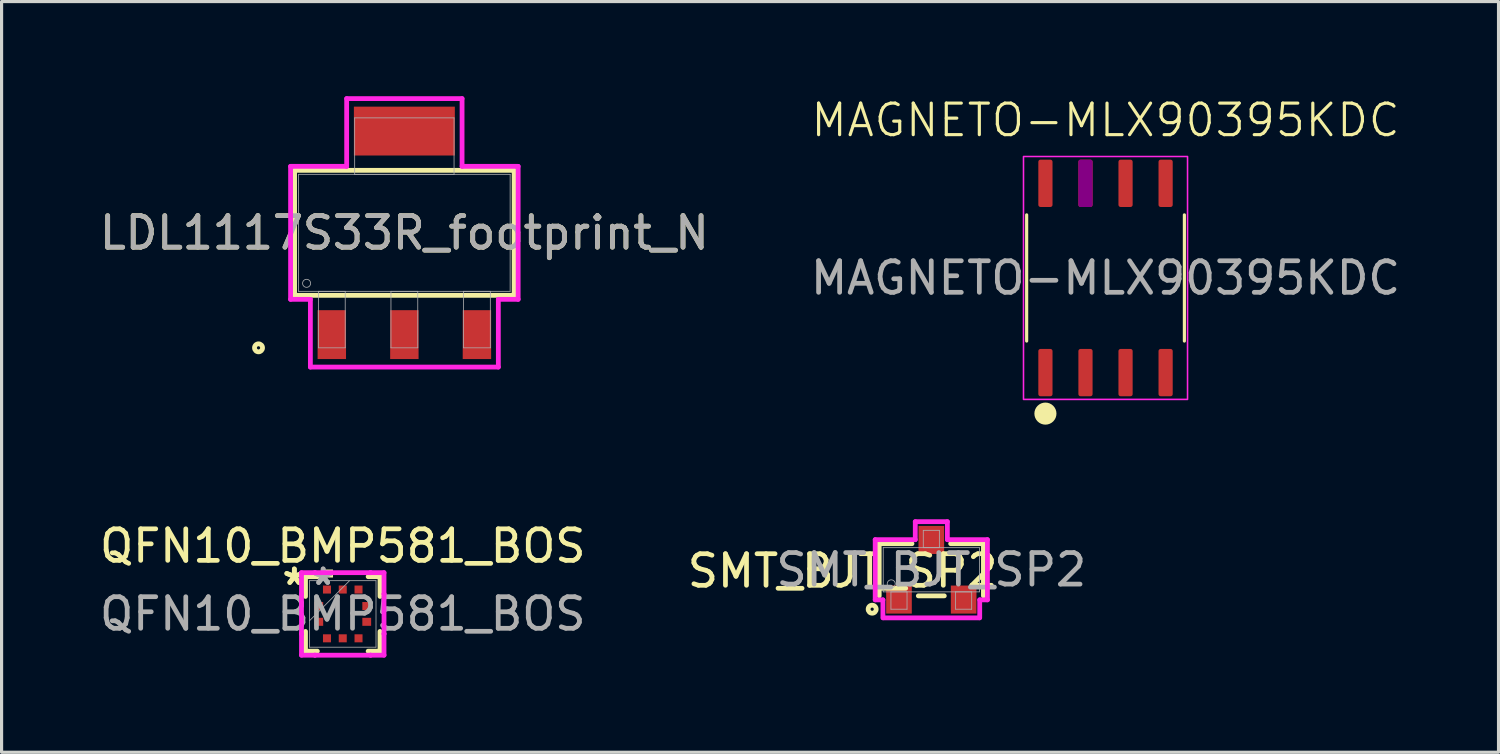
<source format=kicad_pcb>
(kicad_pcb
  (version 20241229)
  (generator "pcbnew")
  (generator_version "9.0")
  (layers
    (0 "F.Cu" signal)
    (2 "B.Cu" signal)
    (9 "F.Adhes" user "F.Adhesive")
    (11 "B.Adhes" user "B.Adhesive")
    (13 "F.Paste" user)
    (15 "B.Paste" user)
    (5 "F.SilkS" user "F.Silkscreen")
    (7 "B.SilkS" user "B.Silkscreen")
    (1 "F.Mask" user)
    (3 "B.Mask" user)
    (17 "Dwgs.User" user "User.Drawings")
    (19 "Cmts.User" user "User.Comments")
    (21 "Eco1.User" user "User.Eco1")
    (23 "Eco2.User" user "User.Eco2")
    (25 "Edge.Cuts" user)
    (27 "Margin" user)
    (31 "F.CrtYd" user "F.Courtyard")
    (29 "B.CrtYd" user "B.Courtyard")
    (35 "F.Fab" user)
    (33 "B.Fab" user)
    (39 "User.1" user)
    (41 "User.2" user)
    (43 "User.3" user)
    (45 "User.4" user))
  (footprint "MAGNETO-MLX90395KDC"
    (layer "F.Cu")
    (at 31.994 5.761)
    (property "Reference" "MAGNETO-MLX90395KDC" (at 0 -5 0) (unlocked yes) (layer "F.SilkS") (effects (font (size 1 1) (thickness 0.1))))
    (attr smd)
    (fp_line (start -2.5 -2) (end -2.5 2) (stroke (width 0.1) (type solid)) (layer "F.SilkS"))
    (fp_line (start 2.5 -2) (end 2.5 2) (stroke (width 0.1) (type solid)) (layer "F.SilkS"))
    (fp_circle (center -1.905 4.3) (end -1.605 4.3) (stroke (width 0.1) (type solid)) (fill yes) (layer "F.SilkS"))
    (fp_rect (start -2.6 -3.85) (end 2.6 3.85) (stroke (width 0.05) (type solid)) (fill no) (layer "F.CrtYd"))
    (fp_text user "${REFERENCE}" (at 0 0 0) (unlocked yes) (layer "F.Fab") (effects (font (size 1 1) (thickness 0.15))))
    (pad "1" smd roundrect (at -1.905 3) (size 0.45 1.5) (layers "F.Cu" "F.Mask" "F.Paste") (roundrect_rratio 0.15))
    (pad "2" smd roundrect (at -0.635 3) (size 0.45 1.5) (layers "F.Cu" "F.Mask" "F.Paste") (roundrect_rratio 0.15))
    (pad "3" smd roundrect (at 0.635 3) (size 0.45 1.5) (layers "F.Cu" "F.Mask" "F.Paste") (roundrect_rratio 0.15))
    (pad "4" smd roundrect (at 1.905 3) (size 0.45 1.5) (layers "F.Cu" "F.Mask" "F.Paste") (roundrect_rratio 0.15))
    (pad "5" smd roundrect (at 1.905 -3) (size 0.45 1.5) (layers "F.Cu" "F.Mask" "F.Paste") (roundrect_rratio 0.15))
    (pad "6" smd roundrect (at 0.635 -3) (size 0.45 1.5) (layers "F.Cu" "F.Mask" "F.Paste") (roundrect_rratio 0.15))
    (pad "7" smd roundrect (at -0.635 -3) (size 0.45 1.5) (layers "F.Cu" "F.Mask" "F.Adhes" "F.Paste") (roundrect_rratio 0.15))
    (pad "8" smd roundrect (at -1.905 -3) (size 0.45 1.5) (layers "F.Cu" "F.Mask" "F.Paste") (roundrect_rratio 0.15)))
  (footprint "LDL1117S33R_footprint_N"
    (layer "F.Cu")
    (at 9.768 4.331)
    (property "Reference" "LDL1117S33R_footprint_N" (at 0 0 0) (unlocked yes) (layer "F.SilkS") (effects (font (size 1 1) (thickness 0.15))))
    (attr smd)
    (fp_line (start -3.48 -1.981) (end -3.48 1.981) (stroke (width 0.152) (type solid)) (layer "F.SilkS"))
    (fp_line (start -3.48 1.981) (end 3.48 1.981) (stroke (width 0.152) (type solid)) (layer "F.SilkS"))
    (fp_line (start 3.48 -1.981) (end -3.48 -1.981) (stroke (width 0.152) (type solid)) (layer "F.SilkS"))
    (fp_line (start 3.48 1.981) (end 3.48 -1.981) (stroke (width 0.152) (type solid)) (layer "F.SilkS"))
    (fp_circle (center -4.623 3.645) (end -4.496 3.645) (stroke (width 0.152) (type solid)) (fill no) (layer "F.SilkS"))
    (fp_line (start -3.607 -2.108) (end -1.829 -2.108) (stroke (width 0.152) (type solid)) (layer "F.CrtYd"))
    (fp_line (start -3.607 2.108) (end -3.607 -2.108) (stroke (width 0.152) (type solid)) (layer "F.CrtYd"))
    (fp_line (start -2.979 2.108) (end -3.607 2.108) (stroke (width 0.152) (type solid)) (layer "F.CrtYd"))
    (fp_line (start -2.979 4.255) (end -2.979 2.108) (stroke (width 0.152) (type solid)) (layer "F.CrtYd"))
    (fp_line (start -1.829 -4.255) (end 1.829 -4.255) (stroke (width 0.152) (type solid)) (layer "F.CrtYd"))
    (fp_line (start -1.829 -2.108) (end -1.829 -4.255) (stroke (width 0.152) (type solid)) (layer "F.CrtYd"))
    (fp_line (start 1.829 -4.255) (end 1.829 -2.108) (stroke (width 0.152) (type solid)) (layer "F.CrtYd"))
    (fp_line (start 1.829 -2.108) (end 3.607 -2.108) (stroke (width 0.152) (type solid)) (layer "F.CrtYd"))
    (fp_line (start 2.979 2.108) (end 2.979 4.255) (stroke (width 0.152) (type solid)) (layer "F.CrtYd"))
    (fp_line (start 2.979 4.255) (end -2.979 4.255) (stroke (width 0.152) (type solid)) (layer "F.CrtYd"))
    (fp_line (start 3.607 -2.108) (end 3.607 2.108) (stroke (width 0.152) (type solid)) (layer "F.CrtYd"))
    (fp_line (start 3.607 2.108) (end 2.979 2.108) (stroke (width 0.152) (type solid)) (layer "F.CrtYd"))
    (fp_line (start -3.353 -1.854) (end -3.353 1.854) (stroke (width 0.025) (type solid)) (layer "F.Fab"))
    (fp_line (start -3.353 1.854) (end 3.353 1.854) (stroke (width 0.025) (type solid)) (layer "F.Fab"))
    (fp_line (start -2.725 1.854) (end -2.725 3.645) (stroke (width 0.025) (type solid)) (layer "F.Fab"))
    (fp_line (start -2.725 3.645) (end -1.875 3.645) (stroke (width 0.025) (type solid)) (layer "F.Fab"))
    (fp_line (start -1.875 1.854) (end -2.725 1.854) (stroke (width 0.025) (type solid)) (layer "F.Fab"))
    (fp_line (start -1.875 3.645) (end -1.875 1.854) (stroke (width 0.025) (type solid)) (layer "F.Fab"))
    (fp_line (start -1.575 -3.645) (end -1.575 -1.854) (stroke (width 0.025) (type solid)) (layer "F.Fab"))
    (fp_line (start -1.575 -1.854) (end 1.575 -1.854) (stroke (width 0.025) (type solid)) (layer "F.Fab"))
    (fp_line (start -0.425 1.854) (end -0.425 3.645) (stroke (width 0.025) (type solid)) (layer "F.Fab"))
    (fp_line (start -0.425 3.645) (end 0.425 3.645) (stroke (width 0.025) (type solid)) (layer "F.Fab"))
    (fp_line (start 0.425 1.854) (end -0.425 1.854) (stroke (width 0.025) (type solid)) (layer "F.Fab"))
    (fp_line (start 0.425 3.645) (end 0.425 1.854) (stroke (width 0.025) (type solid)) (layer "F.Fab"))
    (fp_line (start 1.575 -3.645) (end -1.575 -3.645) (stroke (width 0.025) (type solid)) (layer "F.Fab"))
    (fp_line (start 1.575 -1.854) (end 1.575 -3.645) (stroke (width 0.025) (type solid)) (layer "F.Fab"))
    (fp_line (start 1.875 1.854) (end 1.875 3.645) (stroke (width 0.025) (type solid)) (layer "F.Fab"))
    (fp_line (start 1.875 3.645) (end 2.725 3.645) (stroke (width 0.025) (type solid)) (layer "F.Fab"))
    (fp_line (start 2.725 1.854) (end 1.875 1.854) (stroke (width 0.025) (type solid)) (layer "F.Fab"))
    (fp_line (start 2.725 3.645) (end 2.725 1.854) (stroke (width 0.025) (type solid)) (layer "F.Fab"))
    (fp_line (start 3.353 -1.854) (end -3.353 -1.854) (stroke (width 0.025) (type solid)) (layer "F.Fab"))
    (fp_line (start 3.353 1.854) (end 3.353 -1.854) (stroke (width 0.025) (type solid)) (layer "F.Fab"))
    (fp_circle (center -3.099 1.6) (end -2.972 1.6) (stroke (width 0.025) (type solid)) (fill no) (layer "F.Fab"))
    (fp_text user "${REFERENCE}" (at 0 0 0) (unlocked yes) (layer "F.Fab") (effects (font (size 1 1) (thickness 0.15))))
    (pad "1" smd rect (at -2.3 3.226) (size 0.901 1.549) (layers "F.Cu" "F.Mask" "F.Paste"))
    (pad "2" smd rect (at 0 3.226) (size 0.901 1.549) (layers "F.Cu" "F.Mask" "F.Paste"))
    (pad "3" smd rect (at 2.3 3.226) (size 0.901 1.549) (layers "F.Cu" "F.Mask" "F.Paste"))
    (pad "4" smd rect (at 0 -3.226) (size 3.2 1.549) (layers "F.Cu" "F.Mask" "F.Paste")))
  (footprint "SMT_BJT_SP2"
    (layer "F.Cu")
    (at 26.472 15.011)
    (property "Reference" "SMT_BJT_SP2" (at -2.811 0.037 0) (unlocked yes) (layer "F.SilkS") (effects (font (size 1 1) (thickness 0.15))))
    (attr smd)
    (fp_line (start -1.652 -0.827) (end -1.652 0.827) (stroke (width 0.152) (type solid)) (layer "F.SilkS"))
    (fp_line (start -0.613 -0.827) (end -1.652 -0.827) (stroke (width 0.152) (type solid)) (layer "F.SilkS"))
    (fp_line (start -0.412 0.827) (end 0.412 0.827) (stroke (width 0.152) (type solid)) (layer "F.SilkS"))
    (fp_line (start 1.652 -0.827) (end 0.613 -0.827) (stroke (width 0.152) (type solid)) (layer "F.SilkS"))
    (fp_line (start 1.652 0.827) (end 1.652 -0.827) (stroke (width 0.152) (type solid)) (layer "F.SilkS"))
    (fp_circle (center -1.875 1.25) (end -1.748 1.25) (stroke (width 0.152) (type solid)) (fill no) (layer "F.SilkS"))
    (fp_line (start -1.779 -0.954) (end -0.509 -0.954) (stroke (width 0.152) (type solid)) (layer "F.CrtYd"))
    (fp_line (start -1.779 0.954) (end -1.779 -0.954) (stroke (width 0.152) (type solid)) (layer "F.CrtYd"))
    (fp_line (start -1.779 0.954) (end -1.534 0.954) (stroke (width 0.152) (type solid)) (layer "F.CrtYd"))
    (fp_line (start -1.534 0.954) (end -1.534 1.524) (stroke (width 0.152) (type solid)) (layer "F.CrtYd"))
    (fp_line (start -1.524 1.524) (end 1.524 1.524) (stroke (width 0.152) (type solid)) (layer "F.CrtYd"))
    (fp_line (start -0.509 -1.524) (end 0.509 -1.524) (stroke (width 0.152) (type solid)) (layer "F.CrtYd"))
    (fp_line (start -0.509 -0.954) (end -0.508 -1.524) (stroke (width 0.152) (type solid)) (layer "F.CrtYd"))
    (fp_line (start 0.509 -0.954) (end 0.509 -1.524) (stroke (width 0.152) (type solid)) (layer "F.CrtYd"))
    (fp_line (start 1.534 0.954) (end 1.534 1.524) (stroke (width 0.152) (type solid)) (layer "F.CrtYd"))
    (fp_line (start 1.779 -0.954) (end 0.509 -0.954) (stroke (width 0.152) (type solid)) (layer "F.CrtYd"))
    (fp_line (start 1.779 -0.954) (end 1.779 0.954) (stroke (width 0.152) (type solid)) (layer "F.CrtYd"))
    (fp_line (start 1.779 0.954) (end 1.534 0.954) (stroke (width 0.152) (type solid)) (layer "F.CrtYd"))
    (fp_line (start -1.525 -0.7) (end -1.525 0.7) (stroke (width 0.025) (type solid)) (layer "F.Fab"))
    (fp_line (start -1.525 0.7) (end 1.525 0.7) (stroke (width 0.025) (type solid)) (layer "F.Fab"))
    (fp_line (start -1.28 0.7) (end -1.28 1.25) (stroke (width 0.025) (type solid)) (layer "F.Fab"))
    (fp_line (start -1.28 1.25) (end -0.77 1.25) (stroke (width 0.025) (type solid)) (layer "F.Fab"))
    (fp_line (start -0.77 0.7) (end -1.28 0.7) (stroke (width 0.025) (type solid)) (layer "F.Fab"))
    (fp_line (start -0.77 1.25) (end -0.77 0.7) (stroke (width 0.025) (type solid)) (layer "F.Fab"))
    (fp_line (start -0.255 -1.25) (end -0.255 -0.7) (stroke (width 0.025) (type solid)) (layer "F.Fab"))
    (fp_line (start -0.255 -0.7) (end 0.255 -0.7) (stroke (width 0.025) (type solid)) (layer "F.Fab"))
    (fp_line (start 0.255 -1.25) (end -0.255 -1.25) (stroke (width 0.025) (type solid)) (layer "F.Fab"))
    (fp_line (start 0.255 -0.7) (end 0.255 -1.25) (stroke (width 0.025) (type solid)) (layer "F.Fab"))
    (fp_line (start 0.77 0.7) (end 0.77 1.25) (stroke (width 0.025) (type solid)) (layer "F.Fab"))
    (fp_line (start 0.77 1.25) (end 1.28 1.25) (stroke (width 0.025) (type solid)) (layer "F.Fab"))
    (fp_line (start 1.28 0.7) (end 0.77 0.7) (stroke (width 0.025) (type solid)) (layer "F.Fab"))
    (fp_line (start 1.28 1.25) (end 1.28 0.7) (stroke (width 0.025) (type solid)) (layer "F.Fab"))
    (fp_line (start 1.525 -0.7) (end -1.525 -0.7) (stroke (width 0.025) (type solid)) (layer "F.Fab"))
    (fp_line (start 1.525 0.7) (end 1.525 -0.7) (stroke (width 0.025) (type solid)) (layer "F.Fab"))
    (fp_circle (center -1.271 0.446) (end -1.144 0.446) (stroke (width 0.025) (type solid)) (fill no) (layer "F.Fab"))
    (fp_text user "${REFERENCE}" (at 0 0 0) (unlocked yes) (layer "F.Fab") (effects (font (size 1 1) (thickness 0.15))))
    (pad "1" smd rect (at -1.025 0.945) (size 0.813 0.889) (layers "F.Cu" "F.Mask" "F.Paste"))
    (pad "2" smd rect (at 1.025 0.945) (size 0.813 0.889) (layers "F.Cu" "F.Mask" "F.Paste"))
    (pad "3" smd rect (at 0 -0.945) (size 0.813 0.889) (layers "F.Cu" "F.Mask" "F.Paste")))
  (footprint "QFN10_BMP581_BOS"
    (layer "F.Cu")
    (at 7.815 16.411)
    (property "Reference" "QFN10_BMP581_BOS" (at 0 -2.153 0) (unlocked yes) (layer "F.SilkS") (effects (font (size 1 1) (thickness 0.15))))
    (attr smd)
    (fp_line (start -1.181 -1.181) (end -1.181 -0.555) (stroke (width 0.152) (type solid)) (layer "F.SilkS"))
    (fp_line (start -1.181 0.555) (end -1.181 1.181) (stroke (width 0.152) (type solid)) (layer "F.SilkS"))
    (fp_line (start -1.181 1.181) (end -0.805 1.181) (stroke (width 0.152) (type solid)) (layer "F.SilkS"))
    (fp_line (start -0.805 -1.181) (end -1.181 -1.181) (stroke (width 0.152) (type solid)) (layer "F.SilkS"))
    (fp_line (start 0.805 1.181) (end 1.181 1.181) (stroke (width 0.152) (type solid)) (layer "F.SilkS"))
    (fp_line (start 1.181 -1.181) (end 0.805 -1.181) (stroke (width 0.152) (type solid)) (layer "F.SilkS"))
    (fp_line (start 1.181 -0.555) (end 1.181 -1.181) (stroke (width 0.152) (type solid)) (layer "F.SilkS"))
    (fp_line (start 1.181 1.181) (end 1.181 0.555) (stroke (width 0.152) (type solid)) (layer "F.SilkS"))
    (fp_poly (pts (xy -0.69 -1.154) (xy -0.69 -1.408) (xy -0.309 -1.408) (xy -0.309 -1.154)) (stroke (width 0) (type solid)) (fill yes) (layer "F.SilkS"))
    (fp_line (start -1.308 -1.308) (end -0.881 -1.308) (stroke (width 0.152) (type solid)) (layer "F.CrtYd"))
    (fp_line (start -1.308 -0.631) (end -1.308 -1.308) (stroke (width 0.152) (type solid)) (layer "F.CrtYd"))
    (fp_line (start -1.308 -0.631) (end -1.308 -0.631) (stroke (width 0.152) (type solid)) (layer "F.CrtYd"))
    (fp_line (start -1.308 0.631) (end -1.308 -0.631) (stroke (width 0.152) (type solid)) (layer "F.CrtYd"))
    (fp_line (start -1.308 0.631) (end -1.308 0.631) (stroke (width 0.152) (type solid)) (layer "F.CrtYd"))
    (fp_line (start -1.308 1.308) (end -1.308 0.631) (stroke (width 0.152) (type solid)) (layer "F.CrtYd"))
    (fp_line (start -1.308 1.308) (end -0.881 1.308) (stroke (width 0.152) (type solid)) (layer "F.CrtYd"))
    (fp_line (start -0.881 -1.308) (end -0.881 -1.308) (stroke (width 0.152) (type solid)) (layer "F.CrtYd"))
    (fp_line (start -0.881 -1.308) (end 0.881 -1.308) (stroke (width 0.152) (type solid)) (layer "F.CrtYd"))
    (fp_line (start -0.881 1.308) (end -0.881 1.308) (stroke (width 0.152) (type solid)) (layer "F.CrtYd"))
    (fp_line (start -0.881 1.308) (end 0.881 1.308) (stroke (width 0.152) (type solid)) (layer "F.CrtYd"))
    (fp_line (start 0.881 -1.308) (end 0.881 -1.308) (stroke (width 0.152) (type solid)) (layer "F.CrtYd"))
    (fp_line (start 0.881 -1.308) (end 1.308 -1.308) (stroke (width 0.152) (type solid)) (layer "F.CrtYd"))
    (fp_line (start 0.881 1.308) (end 0.881 1.308) (stroke (width 0.152) (type solid)) (layer "F.CrtYd"))
    (fp_line (start 0.881 1.308) (end 1.308 1.308) (stroke (width 0.152) (type solid)) (layer "F.CrtYd"))
    (fp_line (start 1.308 -0.631) (end 1.308 -1.308) (stroke (width 0.152) (type solid)) (layer "F.CrtYd"))
    (fp_line (start 1.308 -0.631) (end 1.308 -0.631) (stroke (width 0.152) (type solid)) (layer "F.CrtYd"))
    (fp_line (start 1.308 0.631) (end 1.308 -0.631) (stroke (width 0.152) (type solid)) (layer "F.CrtYd"))
    (fp_line (start 1.308 0.631) (end 1.308 0.631) (stroke (width 0.152) (type solid)) (layer "F.CrtYd"))
    (fp_line (start 1.308 1.308) (end 1.308 0.631) (stroke (width 0.152) (type solid)) (layer "F.CrtYd"))
    (fp_line (start -1.054 -1.054) (end -1.054 1.054) (stroke (width 0.025) (type solid)) (layer "F.Fab"))
    (fp_line (start -1.054 0.216) (end 0.216 -1.054) (stroke (width 0.025) (type solid)) (layer "F.Fab"))
    (fp_line (start -1.054 1.054) (end 1.054 1.054) (stroke (width 0.025) (type solid)) (layer "F.Fab"))
    (fp_line (start 1.054 -1.054) (end -1.054 -1.054) (stroke (width 0.025) (type solid)) (layer "F.Fab"))
    (fp_line (start 1.054 1.054) (end 1.054 -1.054) (stroke (width 0.025) (type solid)) (layer "F.Fab"))
    (fp_text user "*" (at -1.535 -0.881 0) (layer "F.SilkS") (effects (font (size 1 1) (thickness 0.15))))
    (fp_text user "*" (at -1.535 -0.881 0) (unlocked yes) (layer "F.SilkS") (effects (font (size 1 1) (thickness 0.15))))
    (fp_text user "*" (at -0.621 -0.881 0) (layer "F.Fab") (effects (font (size 1 1) (thickness 0.15))))
    (fp_text user "${REFERENCE}" (at 0 0 0) (unlocked yes) (layer "F.Fab") (effects (font (size 1 1) (thickness 0.15))))
    (fp_text user "*" (at -0.621 -0.881 0) (unlocked yes) (layer "F.Fab") (effects (font (size 1 1) (thickness 0.15))))
    (pad "1" smd rect (at -0.76 -0.25 90) (size 0.254 0.279) (layers "F.Cu" "F.Mask" "F.Paste"))
    (pad "2" smd rect (at -0.76 0.25 90) (size 0.254 0.279) (layers "F.Cu" "F.Mask" "F.Paste"))
    (pad "3" smd rect (at -0.5 0.773) (size 0.254 0.254) (layers "F.Cu" "F.Mask" "F.Paste"))
    (pad "4" smd rect (at 0 0.773) (size 0.254 0.254) (layers "F.Cu" "F.Mask" "F.Paste"))
    (pad "5" smd rect (at 0.5 0.773) (size 0.254 0.254) (layers "F.Cu" "F.Mask" "F.Paste"))
    (pad "6" smd rect (at 0.76 0.25 90) (size 0.254 0.279) (layers "F.Cu" "F.Mask" "F.Paste"))
    (pad "7" smd rect (at 0.76 -0.25 90) (size 0.254 0.279) (layers "F.Cu" "F.Mask" "F.Paste"))
    (pad "8" smd rect (at 0.5 -0.773) (size 0.254 0.254) (layers "F.Cu" "F.Mask" "F.Paste"))
    (pad "9" smd rect (at 0 -0.773) (size 0.254 0.254) (layers "F.Cu" "F.Mask" "F.Paste"))
    (pad "10" smd rect (at -0.5 -0.773) (size 0.254 0.254) (layers "F.Cu" "F.Mask" "F.Paste")))
  (gr_rect
    (start -3 -3)
    (end 44.452 20.796)
    (stroke (width 0.1) (type default))
    (fill no)
    (layer "Edge.Cuts")))
</source>
